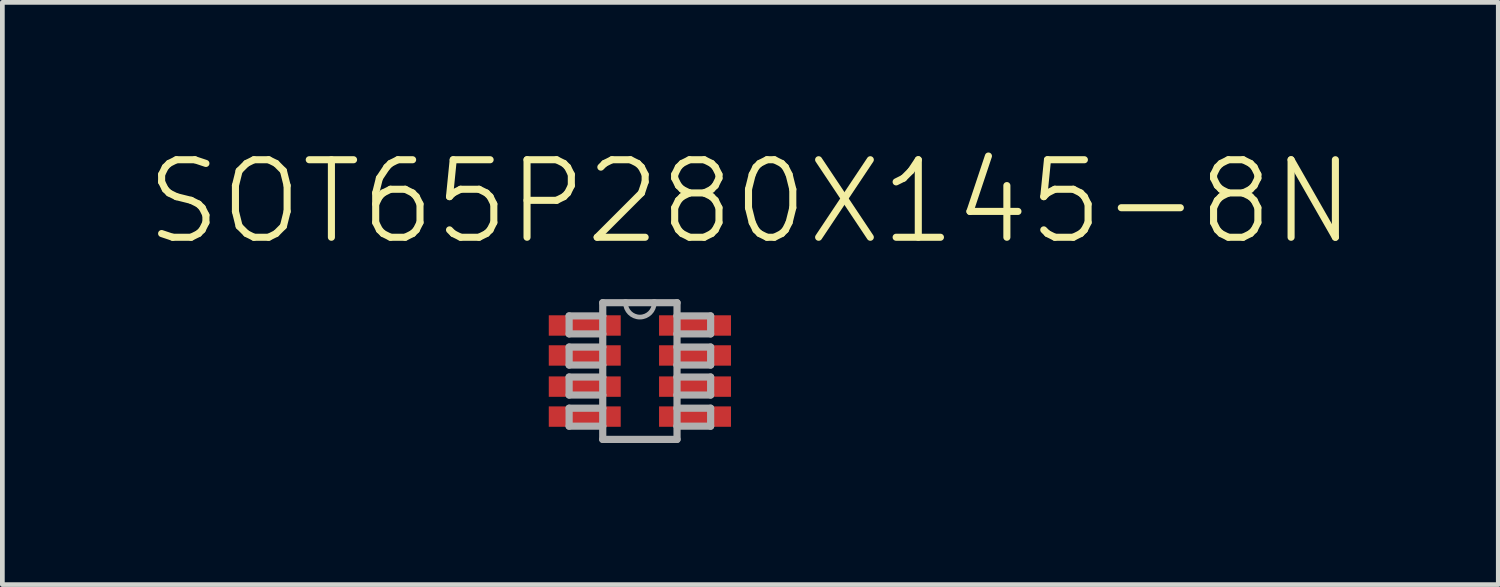
<source format=kicad_pcb>
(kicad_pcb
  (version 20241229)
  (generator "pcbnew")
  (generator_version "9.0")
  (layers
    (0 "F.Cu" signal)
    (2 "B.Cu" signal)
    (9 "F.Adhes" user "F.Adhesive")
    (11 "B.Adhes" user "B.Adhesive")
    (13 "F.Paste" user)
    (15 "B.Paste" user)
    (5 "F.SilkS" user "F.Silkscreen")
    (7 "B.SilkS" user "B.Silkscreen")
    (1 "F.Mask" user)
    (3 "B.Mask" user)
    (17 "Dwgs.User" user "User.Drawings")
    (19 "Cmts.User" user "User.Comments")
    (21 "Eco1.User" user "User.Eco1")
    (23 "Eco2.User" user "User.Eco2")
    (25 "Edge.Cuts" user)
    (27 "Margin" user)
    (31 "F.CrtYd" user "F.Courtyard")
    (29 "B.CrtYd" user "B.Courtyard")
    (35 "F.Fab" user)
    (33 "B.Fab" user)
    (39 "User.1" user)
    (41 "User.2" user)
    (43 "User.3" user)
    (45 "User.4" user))
  (footprint "SOT65P280X145-8N"
    (layer "F.Cu")
    (at 10.505 4.81)
    (property "Reference" "SOT65P280X145-8N" (at 2.34 -3.586 0) (layer "F.SilkS") (effects (font (size 1.642 1.642) (thickness 0.15))))
    (attr through_hole)
    (fp_line (start -1.499 -1.168) (end -1.499 -0.787) (stroke (width 0.152) (type solid)) (layer "F.Fab"))
    (fp_line (start -1.499 -0.787) (end -0.787 -0.787) (stroke (width 0.152) (type solid)) (layer "F.Fab"))
    (fp_line (start -1.499 -0.508) (end -1.499 -0.127) (stroke (width 0.152) (type solid)) (layer "F.Fab"))
    (fp_line (start -1.499 -0.127) (end -0.787 -0.127) (stroke (width 0.152) (type solid)) (layer "F.Fab"))
    (fp_line (start -1.499 0.127) (end -1.499 0.508) (stroke (width 0.152) (type solid)) (layer "F.Fab"))
    (fp_line (start -1.499 0.508) (end -0.787 0.508) (stroke (width 0.152) (type solid)) (layer "F.Fab"))
    (fp_line (start -1.499 0.787) (end -1.499 1.168) (stroke (width 0.152) (type solid)) (layer "F.Fab"))
    (fp_line (start -1.499 1.168) (end -0.787 1.168) (stroke (width 0.152) (type solid)) (layer "F.Fab"))
    (fp_line (start -0.787 -1.448) (end -0.787 -1.168) (stroke (width 0.152) (type solid)) (layer "F.Fab"))
    (fp_line (start -0.787 -1.168) (end -1.499 -1.168) (stroke (width 0.152) (type solid)) (layer "F.Fab"))
    (fp_line (start -0.787 -1.168) (end -0.787 -0.787) (stroke (width 0.152) (type solid)) (layer "F.Fab"))
    (fp_line (start -0.787 -0.787) (end -0.787 -0.508) (stroke (width 0.152) (type solid)) (layer "F.Fab"))
    (fp_line (start -0.787 -0.508) (end -1.499 -0.508) (stroke (width 0.152) (type solid)) (layer "F.Fab"))
    (fp_line (start -0.787 -0.508) (end -0.787 -0.127) (stroke (width 0.152) (type solid)) (layer "F.Fab"))
    (fp_line (start -0.787 -0.127) (end -0.787 0.127) (stroke (width 0.152) (type solid)) (layer "F.Fab"))
    (fp_line (start -0.787 0.127) (end -1.499 0.127) (stroke (width 0.152) (type solid)) (layer "F.Fab"))
    (fp_line (start -0.787 0.127) (end -0.787 0.508) (stroke (width 0.152) (type solid)) (layer "F.Fab"))
    (fp_line (start -0.787 0.508) (end -0.787 0.787) (stroke (width 0.152) (type solid)) (layer "F.Fab"))
    (fp_line (start -0.787 0.787) (end -1.499 0.787) (stroke (width 0.152) (type solid)) (layer "F.Fab"))
    (fp_line (start -0.787 1.168) (end -0.787 0.787) (stroke (width 0.152) (type solid)) (layer "F.Fab"))
    (fp_line (start -0.787 1.448) (end -0.787 1.168) (stroke (width 0.152) (type solid)) (layer "F.Fab"))
    (fp_line (start -0.787 1.448) (end 0.787 1.448) (stroke (width 0.152) (type solid)) (layer "F.Fab"))
    (fp_line (start -0.305 -1.448) (end -0.787 -1.448) (stroke (width 0.152) (type solid)) (layer "F.Fab"))
    (fp_line (start 0.305 -1.448) (end -0.305 -1.448) (stroke (width 0.152) (type solid)) (layer "F.Fab"))
    (fp_line (start 0.787 -1.448) (end 0.305 -1.448) (stroke (width 0.152) (type solid)) (layer "F.Fab"))
    (fp_line (start 0.787 -1.448) (end 0.787 -1.168) (stroke (width 0.152) (type solid)) (layer "F.Fab"))
    (fp_line (start 0.787 -1.168) (end 0.787 -0.787) (stroke (width 0.152) (type solid)) (layer "F.Fab"))
    (fp_line (start 0.787 -0.787) (end 1.499 -0.787) (stroke (width 0.152) (type solid)) (layer "F.Fab"))
    (fp_line (start 0.787 -0.508) (end 0.787 -0.787) (stroke (width 0.152) (type solid)) (layer "F.Fab"))
    (fp_line (start 0.787 -0.127) (end 0.787 -0.508) (stroke (width 0.152) (type solid)) (layer "F.Fab"))
    (fp_line (start 0.787 -0.127) (end 1.499 -0.127) (stroke (width 0.152) (type solid)) (layer "F.Fab"))
    (fp_line (start 0.787 0.127) (end 0.787 -0.127) (stroke (width 0.152) (type solid)) (layer "F.Fab"))
    (fp_line (start 0.787 0.508) (end 0.787 0.127) (stroke (width 0.152) (type solid)) (layer "F.Fab"))
    (fp_line (start 0.787 0.508) (end 1.499 0.508) (stroke (width 0.152) (type solid)) (layer "F.Fab"))
    (fp_line (start 0.787 0.787) (end 0.787 0.508) (stroke (width 0.152) (type solid)) (layer "F.Fab"))
    (fp_line (start 0.787 1.168) (end 0.787 0.787) (stroke (width 0.152) (type solid)) (layer "F.Fab"))
    (fp_line (start 0.787 1.168) (end 1.499 1.168) (stroke (width 0.152) (type solid)) (layer "F.Fab"))
    (fp_line (start 0.787 1.448) (end 0.787 1.168) (stroke (width 0.152) (type solid)) (layer "F.Fab"))
    (fp_line (start 1.499 -1.168) (end 0.787 -1.168) (stroke (width 0.152) (type solid)) (layer "F.Fab"))
    (fp_line (start 1.499 -0.787) (end 1.499 -1.168) (stroke (width 0.152) (type solid)) (layer "F.Fab"))
    (fp_line (start 1.499 -0.508) (end 0.787 -0.508) (stroke (width 0.152) (type solid)) (layer "F.Fab"))
    (fp_line (start 1.499 -0.127) (end 1.499 -0.508) (stroke (width 0.152) (type solid)) (layer "F.Fab"))
    (fp_line (start 1.499 0.127) (end 0.787 0.127) (stroke (width 0.152) (type solid)) (layer "F.Fab"))
    (fp_line (start 1.499 0.508) (end 1.499 0.127) (stroke (width 0.152) (type solid)) (layer "F.Fab"))
    (fp_line (start 1.499 0.787) (end 0.787 0.787) (stroke (width 0.152) (type solid)) (layer "F.Fab"))
    (fp_line (start 1.499 1.168) (end 1.499 0.787) (stroke (width 0.152) (type solid)) (layer "F.Fab"))
    (fp_arc (start 0.3048 -1.4478) (mid 0 -1.143) (end -0.3048 -1.4478) (stroke (width 0.1) (type solid)) (layer "F.Fab"))
    (pad "1" smd rect (at -1.168 -0.965) (size 1.524 0.432) (layers "F.Cu" "F.Mask" "F.Paste"))
    (pad "2" smd rect (at -1.168 -0.33) (size 1.524 0.432) (layers "F.Cu" "F.Mask" "F.Paste"))
    (pad "3" smd rect (at -1.168 0.33) (size 1.524 0.432) (layers "F.Cu" "F.Mask" "F.Paste"))
    (pad "4" smd rect (at -1.168 0.965) (size 1.524 0.432) (layers "F.Cu" "F.Mask" "F.Paste"))
    (pad "5" smd rect (at 1.168 0.965) (size 1.524 0.432) (layers "F.Cu" "F.Mask" "F.Paste"))
    (pad "6" smd rect (at 1.168 0.33) (size 1.524 0.432) (layers "F.Cu" "F.Mask" "F.Paste"))
    (pad "7" smd rect (at 1.168 -0.33) (size 1.524 0.432) (layers "F.Cu" "F.Mask" "F.Paste"))
    (pad "8" smd rect (at 1.168 -0.965) (size 1.524 0.432) (layers "F.Cu" "F.Mask" "F.Paste")))
  (gr_rect
    (start -3 -3)
    (end 28.689 9.334)
    (stroke (width 0.1) (type default))
    (fill no)
    (layer "Edge.Cuts")))
</source>
